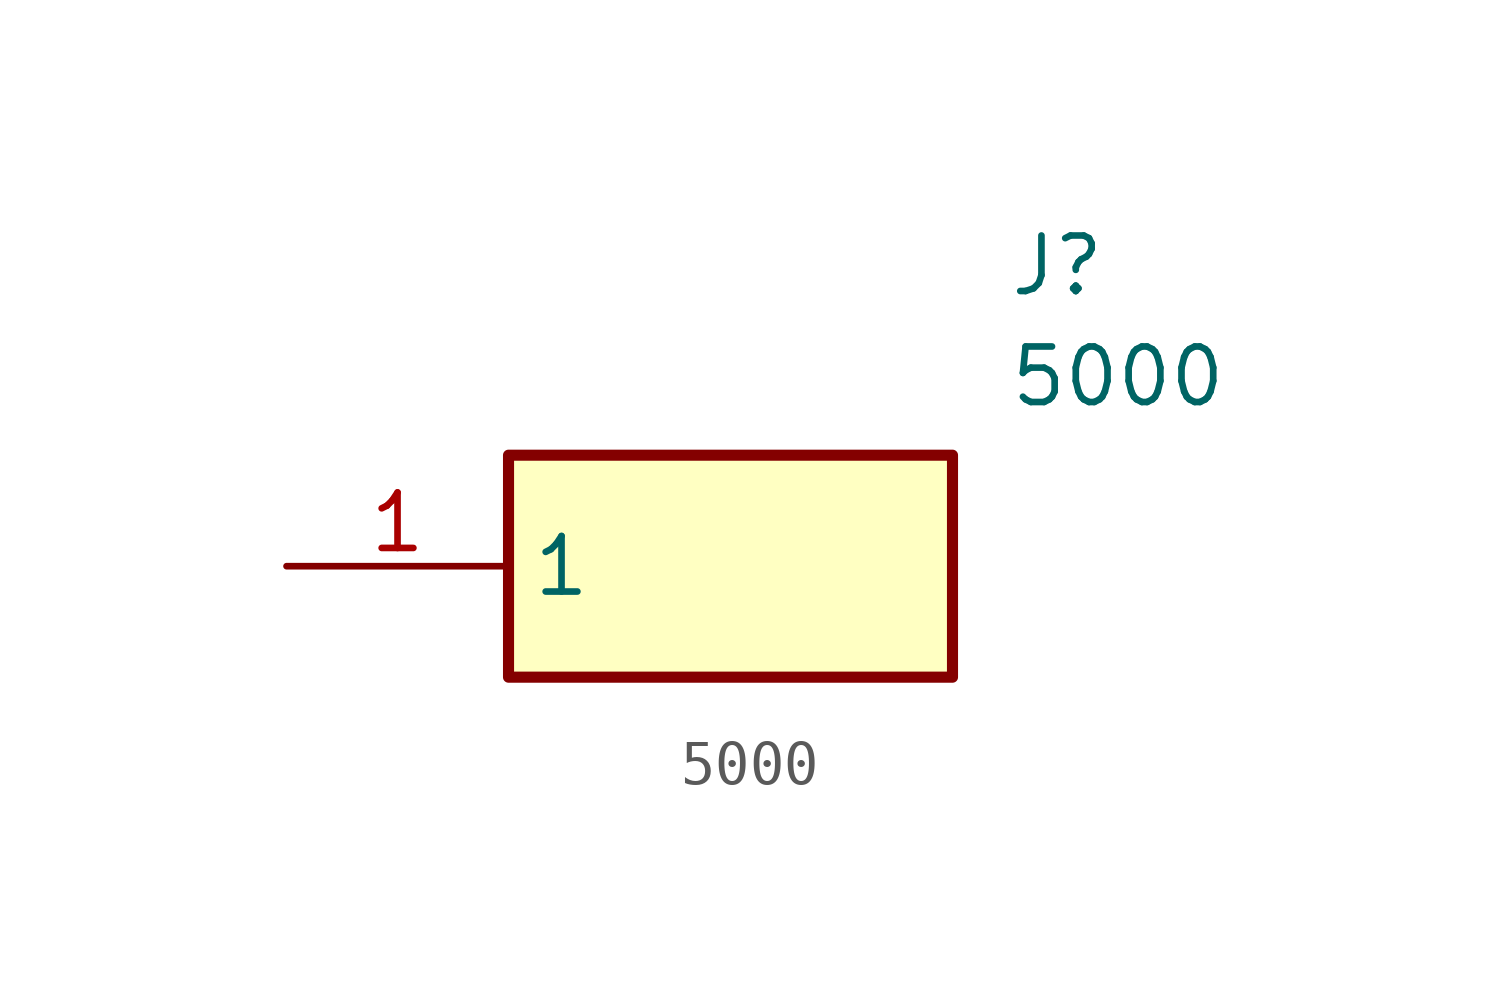
<source format=kicad_sym>
(kicad_symbol_lib
  (version 20211014)
  (generator SamacSys_ECAD_Model)
  (symbol "5000"
    (property "Reference" "J"
      (at 16.51 7.62 0)
      (effects (font (size 1.27 1.27)) (justify left top)))
    (property "Value" "5000"
      (at 16.51 5.08 0)
      (effects (font (size 1.27 1.27)) (justify left top)))
    (rectangle
      (start 5.08 2.54)
      (end 15.24 -2.54)
      (stroke (width 0.254) (type default))
      (fill (type background)))
    (pin passive line
      (at 0 0 0)
      (length 5.08)
      (name "1" (effects (font (size 1.27 1.27))))
      (number "1" (effects (font (size 1.27 1.27)))))))
</source>
